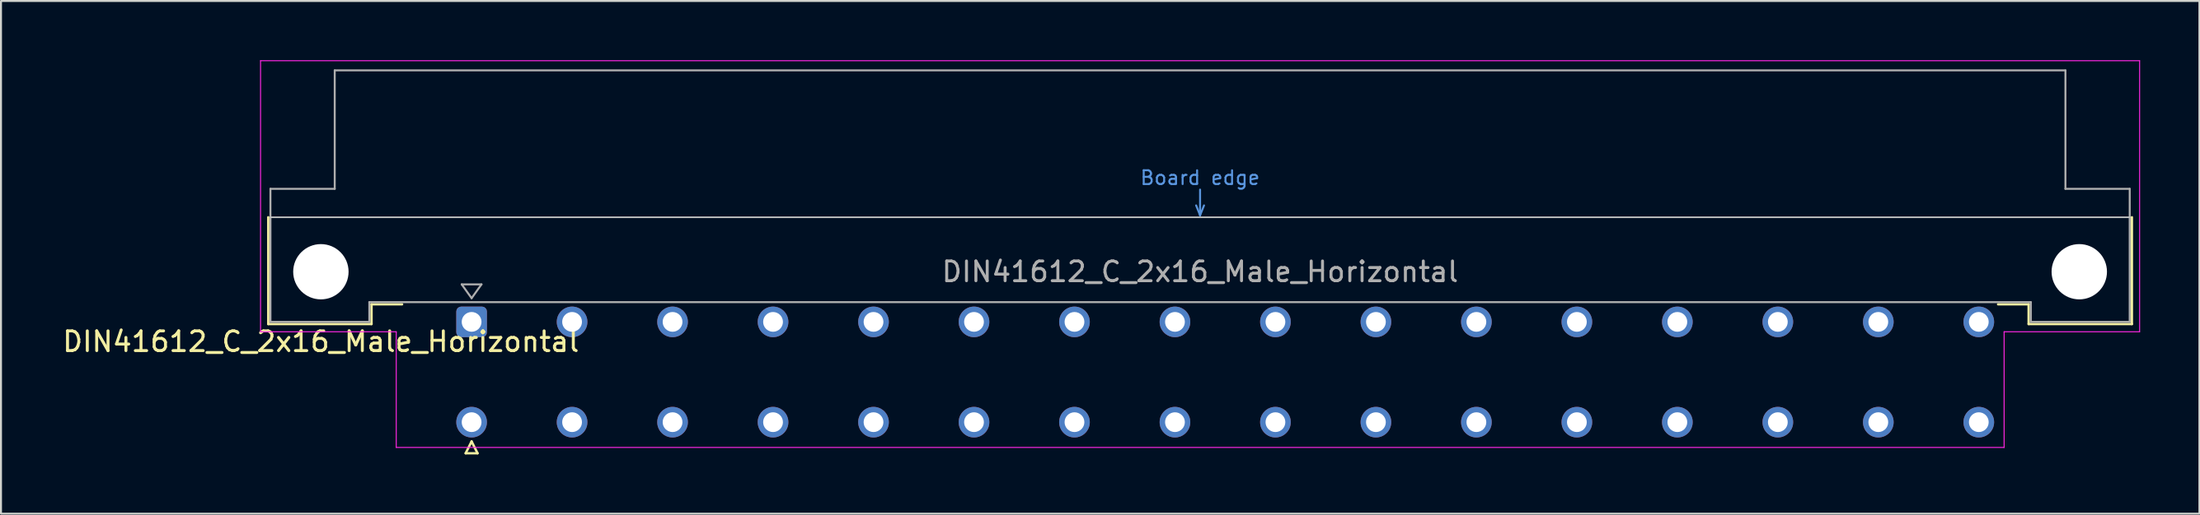
<source format=kicad_pcb>
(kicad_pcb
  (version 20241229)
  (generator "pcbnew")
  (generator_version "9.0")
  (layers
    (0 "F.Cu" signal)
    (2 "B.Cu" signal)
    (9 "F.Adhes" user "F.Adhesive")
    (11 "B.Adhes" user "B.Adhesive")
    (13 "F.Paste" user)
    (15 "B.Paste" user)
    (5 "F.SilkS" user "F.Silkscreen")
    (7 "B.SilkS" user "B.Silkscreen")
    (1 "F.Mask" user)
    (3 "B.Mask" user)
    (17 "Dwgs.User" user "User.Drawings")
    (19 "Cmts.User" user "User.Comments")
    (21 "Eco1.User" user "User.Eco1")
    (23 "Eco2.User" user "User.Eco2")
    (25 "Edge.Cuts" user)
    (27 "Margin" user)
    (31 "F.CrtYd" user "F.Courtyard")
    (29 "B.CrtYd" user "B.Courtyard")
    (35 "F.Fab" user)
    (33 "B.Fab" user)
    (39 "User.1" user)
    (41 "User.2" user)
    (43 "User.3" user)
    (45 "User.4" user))
  (footprint "DIN41612_C_2x16_Male_Horizontal"
    (layer "F.Cu")
    (at 18.253 13.255)
    (property "Reference" "DIN41612_C_2x16_Male_Horizontal" (at -5.08 1 0) (layer "F.SilkS") (effects (font (size 1 1) (thickness 0.15))))
    (attr through_hole)
    (fp_line (start -7.74 -5.3) (end -7.74 0.11) (stroke (width 0.12) (type solid)) (layer "F.SilkS"))
    (fp_line (start -7.74 0.11) (end -2.52 0.11) (stroke (width 0.12) (type solid)) (layer "F.SilkS"))
    (fp_line (start -2.52 -0.89) (end -0.975 -0.89) (stroke (width 0.12) (type solid)) (layer "F.SilkS"))
    (fp_line (start -2.52 0.11) (end -2.52 -0.89) (stroke (width 0.12) (type solid)) (layer "F.SilkS"))
    (fp_line (start 2.24 6.655) (end 2.84 6.655) (stroke (width 0.12) (type solid)) (layer "F.SilkS"))
    (fp_line (start 2.54 6.055) (end 2.24 6.655) (stroke (width 0.12) (type solid)) (layer "F.SilkS"))
    (fp_line (start 2.84 6.655) (end 2.54 6.055) (stroke (width 0.12) (type solid)) (layer "F.SilkS"))
    (fp_line (start 81.26 -0.89) (end 79.715 -0.89) (stroke (width 0.12) (type solid)) (layer "F.SilkS"))
    (fp_line (start 81.26 0.11) (end 81.26 -0.89) (stroke (width 0.12) (type solid)) (layer "F.SilkS"))
    (fp_line (start 86.48 -5.3) (end 86.48 0.11) (stroke (width 0.12) (type solid)) (layer "F.SilkS"))
    (fp_line (start 86.48 0.11) (end 81.26 0.11) (stroke (width 0.12) (type solid)) (layer "F.SilkS"))
    (fp_line (start -7.63 -5.3) (end 86.37 -5.3) (stroke (width 0.08) (type solid)) (layer "Dwgs.User"))
    (fp_line (start 39.17 -5.9) (end 39.37 -5.4) (stroke (width 0.1) (type solid)) (layer "Cmts.User"))
    (fp_line (start 39.37 -5.4) (end 39.37 -6.7) (stroke (width 0.1) (type solid)) (layer "Cmts.User"))
    (fp_line (start 39.37 -5.4) (end 39.57 -5.9) (stroke (width 0.1) (type solid)) (layer "Cmts.User"))
    (fp_line (start -8.13 -13.23) (end -8.13 0.5) (stroke (width 0.05) (type solid)) (layer "F.CrtYd"))
    (fp_line (start -8.13 0.5) (end -1.27 0.5) (stroke (width 0.05) (type solid)) (layer "F.CrtYd"))
    (fp_line (start -1.27 0.5) (end -1.27 6.36) (stroke (width 0.05) (type solid)) (layer "F.CrtYd"))
    (fp_line (start -1.27 6.36) (end 80.02 6.36) (stroke (width 0.05) (type solid)) (layer "F.CrtYd"))
    (fp_line (start 80.02 0.5) (end 86.87 0.5) (stroke (width 0.05) (type solid)) (layer "F.CrtYd"))
    (fp_line (start 80.02 6.36) (end 80.02 0.5) (stroke (width 0.05) (type solid)) (layer "F.CrtYd"))
    (fp_line (start 86.87 -13.23) (end -8.13 -13.23) (stroke (width 0.05) (type solid)) (layer "F.CrtYd"))
    (fp_line (start 86.87 0.5) (end 86.87 -13.23) (stroke (width 0.05) (type solid)) (layer "F.CrtYd"))
    (fp_line (start -7.63 -6.74) (end -7.63 0) (stroke (width 0.1) (type solid)) (layer "F.Fab"))
    (fp_line (start -7.63 0) (end -2.63 0) (stroke (width 0.1) (type solid)) (layer "F.Fab"))
    (fp_line (start -4.38 -12.74) (end -4.38 -6.74) (stroke (width 0.1) (type solid)) (layer "F.Fab"))
    (fp_line (start -4.38 -6.74) (end -7.63 -6.74) (stroke (width 0.1) (type solid)) (layer "F.Fab"))
    (fp_line (start -2.63 -1) (end 81.37 -1) (stroke (width 0.1) (type solid)) (layer "F.Fab"))
    (fp_line (start -2.63 0) (end -2.63 -1) (stroke (width 0.1) (type solid)) (layer "F.Fab"))
    (fp_line (start 2.04 -1.9) (end 3.04 -1.9) (stroke (width 0.1) (type solid)) (layer "F.Fab"))
    (fp_line (start 2.54 -1.2) (end 2.04 -1.9) (stroke (width 0.1) (type solid)) (layer "F.Fab"))
    (fp_line (start 3.04 -1.9) (end 2.54 -1.2) (stroke (width 0.1) (type solid)) (layer "F.Fab"))
    (fp_line (start 81.37 -1) (end 81.37 0) (stroke (width 0.1) (type solid)) (layer "F.Fab"))
    (fp_line (start 81.37 0) (end 86.37 0) (stroke (width 0.1) (type solid)) (layer "F.Fab"))
    (fp_line (start 83.12 -12.74) (end -4.38 -12.74) (stroke (width 0.1) (type solid)) (layer "F.Fab"))
    (fp_line (start 83.12 -6.74) (end 83.12 -12.74) (stroke (width 0.1) (type solid)) (layer "F.Fab"))
    (fp_line (start 86.37 -6.74) (end 83.12 -6.74) (stroke (width 0.1) (type solid)) (layer "F.Fab"))
    (fp_line (start 86.37 0) (end 86.37 -6.74) (stroke (width 0.1) (type solid)) (layer "F.Fab"))
    (fp_text user "Board edge" (at 39.37 -7.3 0) (layer "Cmts.User") (effects (font (size 0.7 0.7) (thickness 0.1))))
    (fp_text user "${REFERENCE}" (at 39.37 -2.54 0) (layer "F.Fab") (effects (font (size 1 1) (thickness 0.15))))
    (pad "" np_thru_hole circle (at -5.08 -2.54) (size 2.8 2.8) (drill 2.8) (layers "*.Cu" "*.Mask"))
    (pad "" np_thru_hole circle (at 83.82 -2.54) (size 2.8 2.8) (drill 2.8) (layers "*.Cu" "*.Mask"))
    (pad "a2" thru_hole roundrect (at 2.54 0) (size 1.55 1.55) (drill 1) (layers "*.Cu" "*.Mask") (roundrect_rratio 0.161))
    (pad "a4" thru_hole circle (at 7.62 0) (size 1.55 1.55) (drill 1) (layers "*.Cu" "*.Mask"))
    (pad "a6" thru_hole circle (at 12.7 0) (size 1.55 1.55) (drill 1) (layers "*.Cu" "*.Mask"))
    (pad "a8" thru_hole circle (at 17.78 0) (size 1.55 1.55) (drill 1) (layers "*.Cu" "*.Mask"))
    (pad "a10" thru_hole circle (at 22.86 0) (size 1.55 1.55) (drill 1) (layers "*.Cu" "*.Mask"))
    (pad "a12" thru_hole circle (at 27.94 0) (size 1.55 1.55) (drill 1) (layers "*.Cu" "*.Mask"))
    (pad "a14" thru_hole circle (at 33.02 0) (size 1.55 1.55) (drill 1) (layers "*.Cu" "*.Mask"))
    (pad "a16" thru_hole circle (at 38.1 0) (size 1.55 1.55) (drill 1) (layers "*.Cu" "*.Mask"))
    (pad "a18" thru_hole circle (at 43.18 0) (size 1.55 1.55) (drill 1) (layers "*.Cu" "*.Mask"))
    (pad "a20" thru_hole circle (at 48.26 0) (size 1.55 1.55) (drill 1) (layers "*.Cu" "*.Mask"))
    (pad "a22" thru_hole circle (at 53.34 0) (size 1.55 1.55) (drill 1) (layers "*.Cu" "*.Mask"))
    (pad "a24" thru_hole circle (at 58.42 0) (size 1.55 1.55) (drill 1) (layers "*.Cu" "*.Mask"))
    (pad "a26" thru_hole circle (at 63.5 0) (size 1.55 1.55) (drill 1) (layers "*.Cu" "*.Mask"))
    (pad "a28" thru_hole circle (at 68.58 0) (size 1.55 1.55) (drill 1) (layers "*.Cu" "*.Mask"))
    (pad "a30" thru_hole circle (at 73.66 0) (size 1.55 1.55) (drill 1) (layers "*.Cu" "*.Mask"))
    (pad "a32" thru_hole circle (at 78.74 0) (size 1.55 1.55) (drill 1) (layers "*.Cu" "*.Mask"))
    (pad "c2" thru_hole circle (at 2.54 5.08) (size 1.55 1.55) (drill 1) (layers "*.Cu" "*.Mask"))
    (pad "c4" thru_hole circle (at 7.62 5.08) (size 1.55 1.55) (drill 1) (layers "*.Cu" "*.Mask"))
    (pad "c6" thru_hole circle (at 12.7 5.08) (size 1.55 1.55) (drill 1) (layers "*.Cu" "*.Mask"))
    (pad "c8" thru_hole circle (at 17.78 5.08) (size 1.55 1.55) (drill 1) (layers "*.Cu" "*.Mask"))
    (pad "c10" thru_hole circle (at 22.86 5.08) (size 1.55 1.55) (drill 1) (layers "*.Cu" "*.Mask"))
    (pad "c12" thru_hole circle (at 27.94 5.08) (size 1.55 1.55) (drill 1) (layers "*.Cu" "*.Mask"))
    (pad "c14" thru_hole circle (at 33.02 5.08) (size 1.55 1.55) (drill 1) (layers "*.Cu" "*.Mask"))
    (pad "c16" thru_hole circle (at 38.1 5.08) (size 1.55 1.55) (drill 1) (layers "*.Cu" "*.Mask"))
    (pad "c18" thru_hole circle (at 43.18 5.08) (size 1.55 1.55) (drill 1) (layers "*.Cu" "*.Mask"))
    (pad "c20" thru_hole circle (at 48.26 5.08) (size 1.55 1.55) (drill 1) (layers "*.Cu" "*.Mask"))
    (pad "c22" thru_hole circle (at 53.34 5.08) (size 1.55 1.55) (drill 1) (layers "*.Cu" "*.Mask"))
    (pad "c24" thru_hole circle (at 58.42 5.08) (size 1.55 1.55) (drill 1) (layers "*.Cu" "*.Mask"))
    (pad "c26" thru_hole circle (at 63.5 5.08) (size 1.55 1.55) (drill 1) (layers "*.Cu" "*.Mask"))
    (pad "c28" thru_hole circle (at 68.58 5.08) (size 1.55 1.55) (drill 1) (layers "*.Cu" "*.Mask"))
    (pad "c30" thru_hole circle (at 73.66 5.08) (size 1.55 1.55) (drill 1) (layers "*.Cu" "*.Mask"))
    (pad "c32" thru_hole circle (at 78.74 5.08) (size 1.55 1.55) (drill 1) (layers "*.Cu" "*.Mask")))
  (gr_rect
    (start -3 -3)
    (end 108.148 22.97)
    (stroke (width 0.1) (type default))
    (fill no)
    (layer "Edge.Cuts")))
</source>
